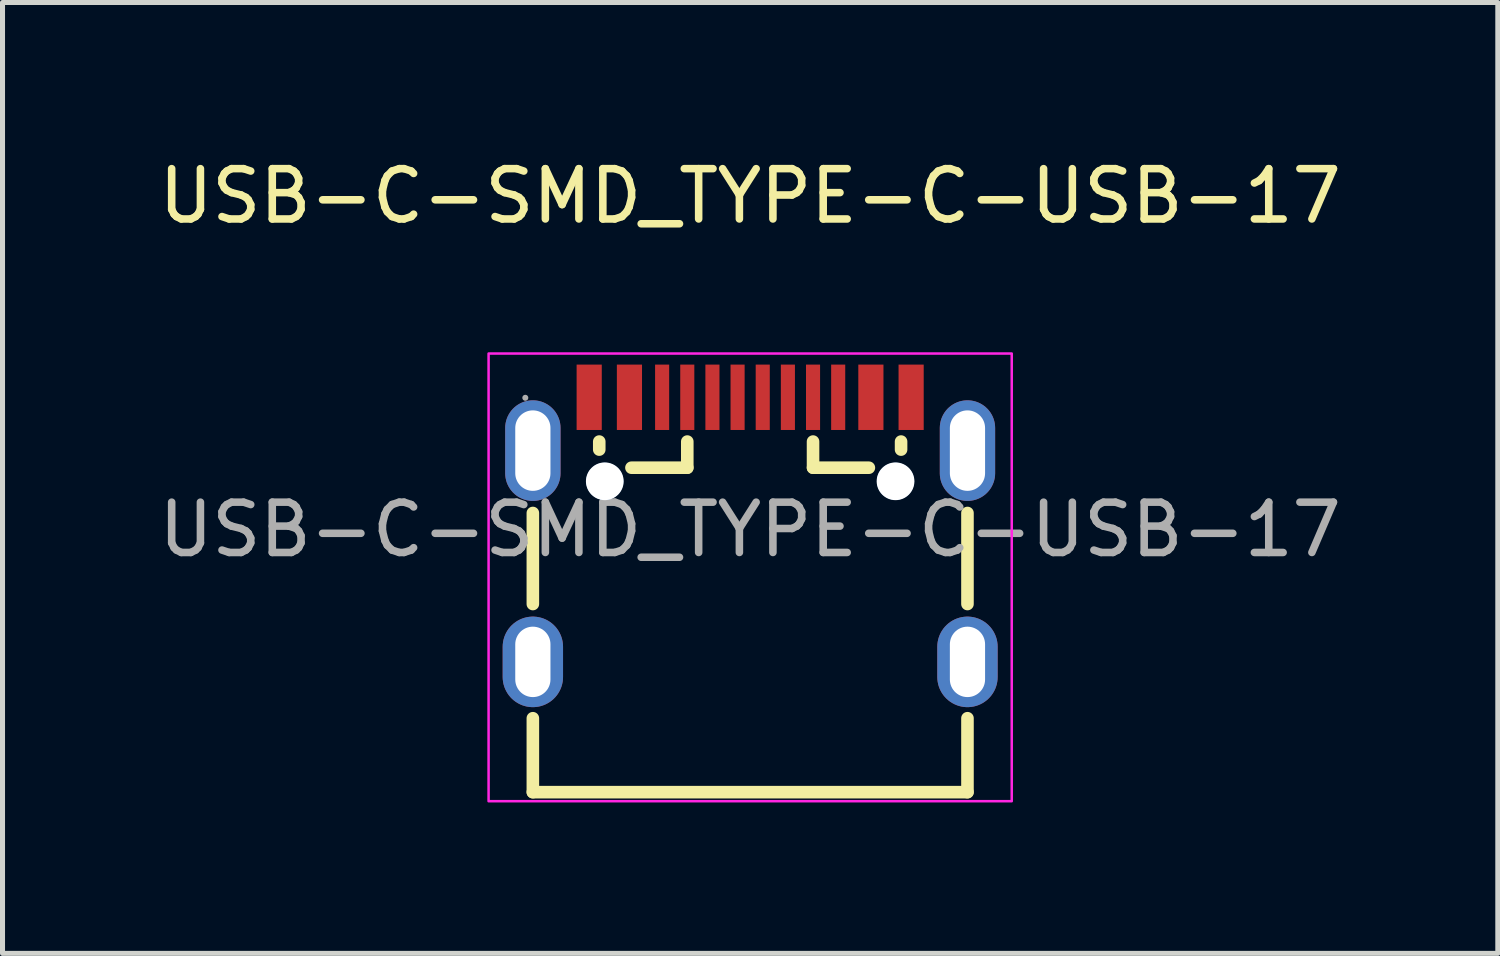
<source format=kicad_pcb>
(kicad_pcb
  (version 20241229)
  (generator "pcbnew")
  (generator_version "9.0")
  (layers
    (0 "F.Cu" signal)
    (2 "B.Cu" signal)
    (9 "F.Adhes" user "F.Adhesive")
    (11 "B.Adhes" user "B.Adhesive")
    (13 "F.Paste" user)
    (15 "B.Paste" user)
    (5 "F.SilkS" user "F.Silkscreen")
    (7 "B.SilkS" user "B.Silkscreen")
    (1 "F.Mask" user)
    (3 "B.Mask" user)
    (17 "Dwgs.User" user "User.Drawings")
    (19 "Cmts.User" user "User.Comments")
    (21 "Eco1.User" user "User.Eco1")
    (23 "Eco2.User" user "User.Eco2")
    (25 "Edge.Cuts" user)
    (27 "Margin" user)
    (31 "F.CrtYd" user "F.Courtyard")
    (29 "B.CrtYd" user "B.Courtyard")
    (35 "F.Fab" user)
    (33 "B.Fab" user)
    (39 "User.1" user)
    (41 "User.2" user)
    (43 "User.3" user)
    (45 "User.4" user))
  (footprint "USB-C-SMD_TYPE-C-USB-17"
    (layer "F.Cu")
    (at 11.863 7.478)
    (property "Reference" "USB-C-SMD_TYPE-C-USB-17" (at 0 -6.63 0) (layer "F.SilkS") (effects (font (size 1 1) (thickness 0.15))))
    (attr smd)
    (fp_line (start -4.32 1.48) (end -4.32 -0.33) (stroke (width 0.25) (type solid)) (layer "F.SilkS"))
    (fp_line (start -4.32 5.22) (end -4.32 3.75) (stroke (width 0.25) (type solid)) (layer "F.SilkS"))
    (fp_line (start -3 -1.59) (end -3 -1.75) (stroke (width 0.25) (type solid)) (layer "F.SilkS"))
    (fp_line (start -2.36 -1.23) (end -1.25 -1.23) (stroke (width 0.25) (type solid)) (layer "F.SilkS"))
    (fp_line (start -1.25 -1.23) (end -1.25 -1.75) (stroke (width 0.25) (type solid)) (layer "F.SilkS"))
    (fp_line (start 1.25 -1.23) (end 1.25 -1.75) (stroke (width 0.25) (type solid)) (layer "F.SilkS"))
    (fp_line (start 1.25 -1.23) (end 2.36 -1.23) (stroke (width 0.25) (type solid)) (layer "F.SilkS"))
    (fp_line (start 3 -1.59) (end 3 -1.75) (stroke (width 0.25) (type solid)) (layer "F.SilkS"))
    (fp_line (start 4.32 1.48) (end 4.32 -0.33) (stroke (width 0.25) (type solid)) (layer "F.SilkS"))
    (fp_line (start 4.32 5.22) (end -4.32 5.22) (stroke (width 0.25) (type solid)) (layer "F.SilkS"))
    (fp_line (start 4.32 5.22) (end 4.32 3.75) (stroke (width 0.25) (type solid)) (layer "F.SilkS"))
    (fp_circle (center -2.89 -0.96) (end -2.77 -0.96) (stroke (width 0.25) (type solid)) (fill no) (layer "Cmts.User"))
    (fp_circle (center 2.89 -0.96) (end 3.01 -0.96) (stroke (width 0.25) (type solid)) (fill no) (layer "Cmts.User"))
    (fp_rect (start -5.2 -3.5) (end 5.2 5.4) (stroke (width 0.05) (type default)) (fill no) (layer "F.CrtYd"))
    (fp_circle (center -4.47 -2.62) (end -4.44 -2.62) (stroke (width 0.06) (type solid)) (fill no) (layer "F.Fab"))
    (fp_text user "${REFERENCE}" (at 0 0 0) (layer "F.Fab") (effects (font (size 1 1) (thickness 0.15))))
    (pad "" np_thru_hole circle (at -2.89 -0.96) (size 0.75 0.75) (drill 0.75) (layers "*.Cu" "*.Mask"))
    (pad "" np_thru_hole circle (at 2.89 -0.96) (size 0.75 0.75) (drill 0.75) (layers "*.Cu" "*.Mask"))
    (pad "0" thru_hole oval (at -4.32 -1.57) (size 1.1 2) (drill oval 0.7 1.6) (layers "*.Cu" "*.Mask"))
    (pad "0" thru_hole oval (at -4.32 2.63) (size 1.2 1.8) (drill oval 0.7 1.4) (layers "*.Cu" "*.Mask"))
    (pad "0" thru_hole oval (at 4.32 -1.57) (size 1.1 2) (drill oval 0.7 1.6) (layers "*.Cu" "*.Mask"))
    (pad "0" thru_hole oval (at 4.32 2.63) (size 1.2 1.8) (drill oval 0.7 1.4) (layers "*.Cu" "*.Mask"))
    (pad "A1" smd rect (at -3.2 -2.63) (size 0.5 1.3) (layers "F.Cu" "F.Mask" "F.Paste"))
    (pad "A4" smd rect (at -2.4 -2.63) (size 0.5 1.3) (layers "F.Cu" "F.Mask" "F.Paste"))
    (pad "A5" smd rect (at -1.25 -2.63) (size 0.28 1.3) (layers "F.Cu" "F.Mask" "F.Paste"))
    (pad "A6" smd rect (at -0.25 -2.63) (size 0.28 1.3) (layers "F.Cu" "F.Mask" "F.Paste"))
    (pad "A7" smd rect (at 0.25 -2.63) (size 0.28 1.3) (layers "F.Cu" "F.Mask" "F.Paste"))
    (pad "A8" smd rect (at 1.25 -2.63) (size 0.28 1.3) (layers "F.Cu" "F.Mask" "F.Paste"))
    (pad "A9" smd rect (at 2.4 -2.63) (size 0.5 1.3) (layers "F.Cu" "F.Mask" "F.Paste"))
    (pad "A12" smd rect (at 3.2 -2.63) (size 0.5 1.3) (layers "F.Cu" "F.Mask" "F.Paste"))
    (pad "B5" smd rect (at 1.75 -2.63) (size 0.28 1.3) (layers "F.Cu" "F.Mask" "F.Paste"))
    (pad "B6" smd rect (at 0.75 -2.63) (size 0.28 1.3) (layers "F.Cu" "F.Mask" "F.Paste"))
    (pad "B7" smd rect (at -0.75 -2.63) (size 0.28 1.3) (layers "F.Cu" "F.Mask" "F.Paste"))
    (pad "B8" smd rect (at -1.75 -2.63) (size 0.28 1.3) (layers "F.Cu" "F.Mask" "F.Paste")))
  (gr_rect
    (start -3 -3)
    (end 26.726 15.903)
    (stroke (width 0.1) (type default))
    (fill no)
    (layer "Edge.Cuts")))
</source>
